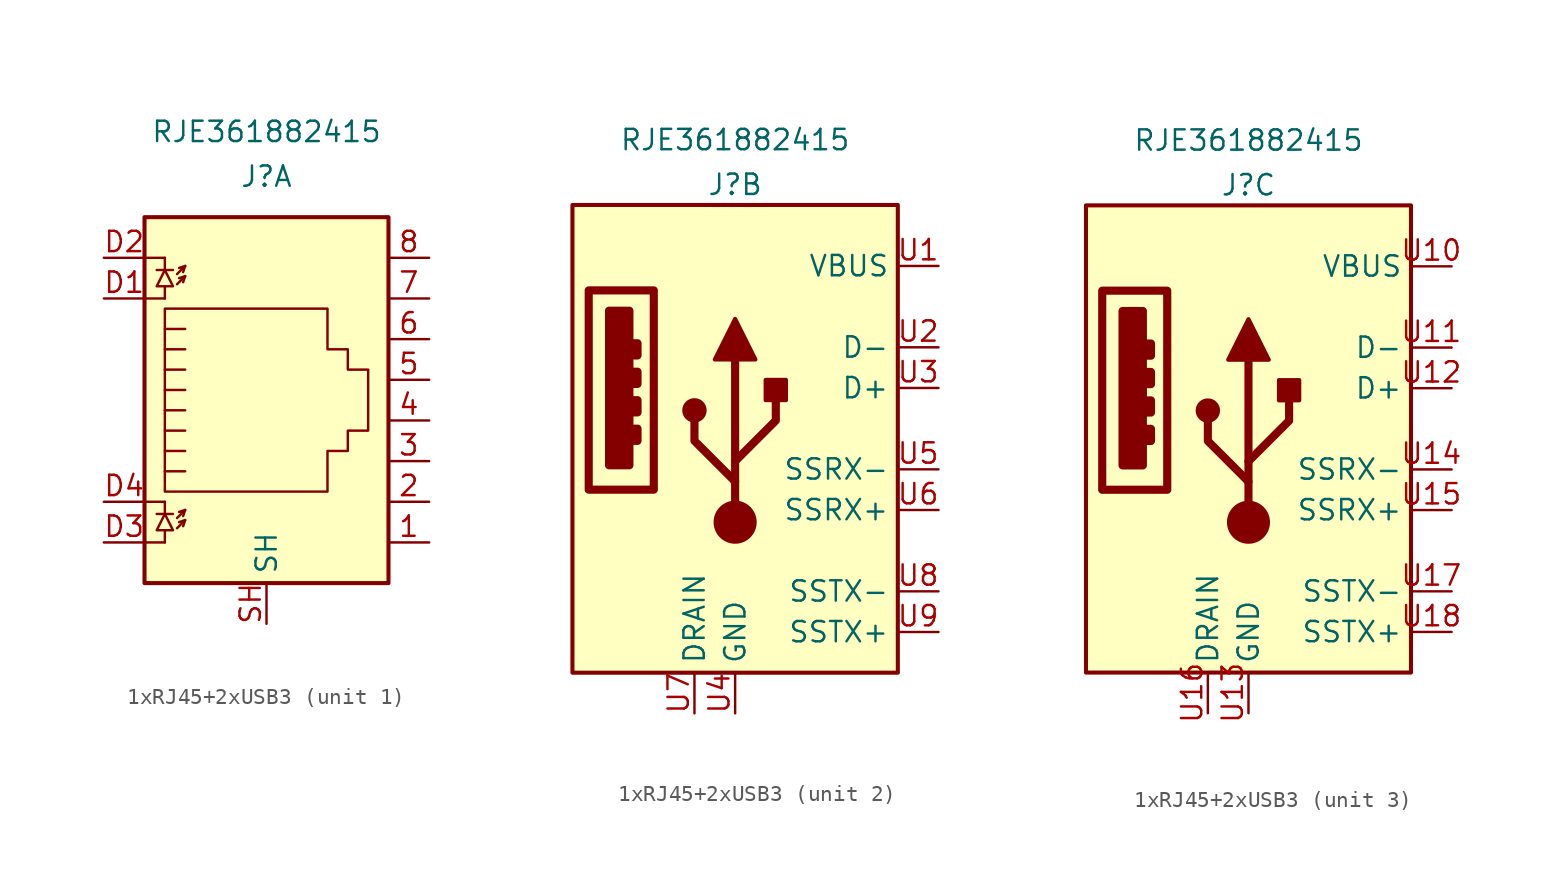
<source format=kicad_sym>
(kicad_symbol_lib
  (version 20241209)
  (generator "kicad_symbol_editor")
  (generator_version "9.0")
  (symbol "1xRJ45+2xUSB3"
    (property "Reference" "J"
      (at 0 0 0)
      (effects (font (size 1.27 1.27))))
    (property "Value" "RJE361882415"
      (at 0 2.794 0)
      (effects (font (size 1.27 1.27))))
    (property "ki_locked" ""
      (at 0 0 0)
      (effects (font (size 1.27 1.27))))
    (symbol "1xRJ45+2xUSB3_1_1"
      (rectangle (start -7.62 -2.54) (end 7.62 -25.4) (stroke (width 0.254) (type solid)) (fill (type background)))
      (polyline (pts (xy -7.62 -5.08) (xy -6.35 -5.08)) (stroke (width 0) (type solid)) (fill (type none)))
      (polyline (pts (xy -7.62 -7.62) (xy -6.35 -7.62)) (stroke (width 0) (type solid)) (fill (type none)))
      (polyline (pts (xy -7.62 -20.32) (xy -6.35 -20.32)) (stroke (width 0) (type solid)) (fill (type none)))
      (polyline (pts (xy -7.62 -22.86) (xy -6.35 -22.86)) (stroke (width 0) (type solid)) (fill (type none)))
      (polyline (pts (xy -6.858 -5.842) (xy -5.842 -5.842)) (stroke (width 0) (type solid)) (fill (type none)))
      (polyline (pts (xy -6.858 -21.082) (xy -5.842 -21.082)) (stroke (width 0) (type solid)) (fill (type none)))
      (polyline (pts (xy -6.35 -5.08) (xy -6.35 -5.842)) (stroke (width 0) (type solid)) (fill (type none)))
      (polyline (pts (xy -6.35 -5.842) (xy -6.858 -6.858) (xy -5.842 -6.858) (xy -6.35 -5.842)) (stroke (width 0) (type solid)) (fill (type none)))
      (polyline (pts (xy -6.35 -7.62) (xy -6.35 -6.858)) (stroke (width 0) (type solid)) (fill (type none)))
      (polyline (pts (xy -6.35 -13.335) (xy -5.08 -13.335) (xy -5.08 -13.335)) (stroke (width 0) (type solid)) (fill (type none)))
      (polyline (pts (xy -6.35 -14.605) (xy -5.08 -14.605) (xy -5.08 -14.605)) (stroke (width 0) (type solid)) (fill (type none)))
      (polyline (pts (xy -6.35 -15.875) (xy -5.08 -15.875) (xy -5.08 -15.875)) (stroke (width 0) (type solid)) (fill (type none)))
      (polyline (pts (xy -6.35 -17.145) (xy -5.08 -17.145) (xy -5.08 -17.145)) (stroke (width 0) (type solid)) (fill (type none)))
      (polyline (pts (xy -6.35 -18.415) (xy -5.08 -18.415) (xy -5.08 -18.415)) (stroke (width 0) (type solid)) (fill (type none)))
      (polyline (pts (xy -6.35 -19.685) (xy -6.35 -8.255) (xy 3.81 -8.255) (xy 3.81 -10.795) (xy 5.08 -10.795) (xy 5.08 -12.065) (xy 6.35 -12.065) (xy 6.35 -15.875) (xy 5.08 -15.875) (xy 5.08 -17.145) (xy 3.81 -17.145) (xy 3.81 -19.685) (xy -6.35 -19.685) (xy -6.35 -19.685)) (stroke (width 0) (type solid)) (fill (type none)))
      (polyline (pts (xy -6.35 -20.32) (xy -6.35 -21.082)) (stroke (width 0) (type solid)) (fill (type none)))
      (polyline (pts (xy -6.35 -21.082) (xy -6.858 -22.098) (xy -5.842 -22.098) (xy -6.35 -21.082)) (stroke (width 0) (type solid)) (fill (type none)))
      (polyline (pts (xy -6.35 -22.86) (xy -6.35 -22.098)) (stroke (width 0) (type solid)) (fill (type none)))
      (polyline (pts (xy -5.588 -6.096) (xy -5.08 -5.588) (xy -5.461 -5.715)) (stroke (width 0) (type solid)) (fill (type none)))
      (polyline (pts (xy -5.588 -6.731) (xy -5.08 -6.223) (xy -5.461 -6.35)) (stroke (width 0) (type solid)) (fill (type none)))
      (polyline (pts (xy -5.588 -21.336) (xy -5.08 -20.828) (xy -5.461 -20.955)) (stroke (width 0) (type solid)) (fill (type none)))
      (polyline (pts (xy -5.588 -21.971) (xy -5.08 -21.463) (xy -5.461 -21.59)) (stroke (width 0) (type solid)) (fill (type none)))
      (polyline (pts (xy -5.08 -5.588) (xy -5.207 -5.969)) (stroke (width 0) (type solid)) (fill (type none)))
      (polyline (pts (xy -5.08 -6.223) (xy -5.207 -6.604)) (stroke (width 0) (type solid)) (fill (type none)))
      (polyline (pts (xy -5.08 -9.525) (xy -6.35 -9.525)) (stroke (width 0) (type solid)) (fill (type none)))
      (polyline (pts (xy -5.08 -10.795) (xy -6.35 -10.795)) (stroke (width 0) (type solid)) (fill (type none)))
      (polyline (pts (xy -5.08 -12.065) (xy -6.35 -12.065) (xy -6.35 -12.065)) (stroke (width 0) (type solid)) (fill (type none)))
      (polyline (pts (xy -5.08 -20.828) (xy -5.207 -21.209)) (stroke (width 0) (type solid)) (fill (type none)))
      (polyline (pts (xy -5.08 -21.463) (xy -5.207 -21.844)) (stroke (width 0) (type solid)) (fill (type none)))
      (pin passive line (at -10.16 -5.08 0) (length 2.54) (name "~" (effects (font (size 1.27 1.27)))) (number "D2" (effects (font (size 1.27 1.27)))))
      (pin passive line (at -10.16 -7.62 0) (length 2.54) (name "~" (effects (font (size 1.27 1.27)))) (number "D1" (effects (font (size 1.27 1.27)))))
      (pin passive line (at -10.16 -20.32 0) (length 2.54) (name "~" (effects (font (size 1.27 1.27)))) (number "D4" (effects (font (size 1.27 1.27)))))
      (pin passive line (at -10.16 -22.86 0) (length 2.54) (name "~" (effects (font (size 1.27 1.27)))) (number "D3" (effects (font (size 1.27 1.27)))))
      (pin passive line (at 0 -27.94 90) (length 2.54) (name "SH" (effects (font (size 1.27 1.27)))) (number "SH" (effects (font (size 1.27 1.27)))))
      (pin passive line (at 10.16 -5.08 180) (length 2.54) (name "~" (effects (font (size 1.27 1.27)))) (number "8" (effects (font (size 1.27 1.27)))))
      (pin passive line (at 10.16 -7.62 180) (length 2.54) (name "~" (effects (font (size 1.27 1.27)))) (number "7" (effects (font (size 1.27 1.27)))))
      (pin passive line (at 10.16 -10.16 180) (length 2.54) (name "~" (effects (font (size 1.27 1.27)))) (number "6" (effects (font (size 1.27 1.27)))))
      (pin passive line (at 10.16 -12.7 180) (length 2.54) (name "~" (effects (font (size 1.27 1.27)))) (number "5" (effects (font (size 1.27 1.27)))))
      (pin passive line (at 10.16 -15.24 180) (length 2.54) (name "~" (effects (font (size 1.27 1.27)))) (number "4" (effects (font (size 1.27 1.27)))))
      (pin passive line (at 10.16 -17.78 180) (length 2.54) (name "~" (effects (font (size 1.27 1.27)))) (number "3" (effects (font (size 1.27 1.27)))))
      (pin passive line (at 10.16 -20.32 180) (length 2.54) (name "~" (effects (font (size 1.27 1.27)))) (number "2" (effects (font (size 1.27 1.27)))))
      (pin passive line (at 10.16 -22.86 180) (length 2.54) (name "~" (effects (font (size 1.27 1.27)))) (number "1" (effects (font (size 1.27 1.27))))))
    (symbol "1xRJ45+2xUSB3_2_0"
      (rectangle (start -9.144 -6.604) (end -5.08 -19.05) (stroke (width 0.508) (type solid)) (fill (type none)))
      (rectangle (start -7.874 -7.874) (end -6.604 -17.526) (stroke (width 0.508) (type solid)) (fill (type outline)))
      (rectangle (start -6.35 -9.906) (end -6.096 -10.668) (stroke (width 0.508) (type solid)) (fill (type none)))
      (rectangle (start -6.35 -11.684) (end -6.096 -12.446) (stroke (width 0.508) (type solid)) (fill (type none)))
      (rectangle (start -6.35 -13.462) (end -6.096 -14.224) (stroke (width 0.508) (type solid)) (fill (type none)))
      (rectangle (start -6.35 -15.24) (end -6.096 -16.002) (stroke (width 0.508) (type solid)) (fill (type none))))
    (symbol "1xRJ45+2xUSB3_2_1"
      (rectangle (start -10.16 -1.27) (end 10.16 -30.48) (stroke (width 0.254) (type solid)) (fill (type background)))
      (circle (center -2.54 -14.097) (radius 0.635) (stroke (width 0.254) (type default)) (fill (type outline)))
      (polyline (pts (xy -1.27 -10.922) (xy 0 -8.382) (xy 1.27 -10.922) (xy -1.27 -10.922)) (stroke (width 0.254) (type default)) (fill (type outline)))
      (polyline (pts (xy 0 -17.272) (xy 2.54 -14.732) (xy 2.54 -13.462)) (stroke (width 0.508) (type default)) (fill (type none)))
      (polyline (pts (xy 0 -18.542) (xy -2.54 -16.002) (xy -2.54 -14.732)) (stroke (width 0.508) (type default)) (fill (type none)))
      (polyline (pts (xy 0 -21.082) (xy 0 -10.922)) (stroke (width 0.508) (type default)) (fill (type none)))
      (circle (center 0 -21.082) (radius 1.27) (stroke (width 0) (type default)) (fill (type outline)))
      (rectangle (start 1.905 -13.462) (end 3.175 -12.192) (stroke (width 0.254) (type default)) (fill (type outline)))
      (pin passive line (at -2.54 -33.02 90) (length 2.54) (name "DRAIN" (effects (font (size 1.27 1.27)))) (number "U7" (effects (font (size 1.27 1.27)))))
      (pin power_in line (at 0 -33.02 90) (length 2.54) (name "GND" (effects (font (size 1.27 1.27)))) (number "U4" (effects (font (size 1.27 1.27)))))
      (pin power_in line (at 12.7 -5.08 180) (length 2.54) (name "VBUS" (effects (font (size 1.27 1.27)))) (number "U1" (effects (font (size 1.27 1.27)))))
      (pin bidirectional line (at 12.7 -10.16 180) (length 2.54) (name "D-" (effects (font (size 1.27 1.27)))) (number "U2" (effects (font (size 1.27 1.27)))))
      (pin bidirectional line (at 12.7 -12.7 180) (length 2.54) (name "D+" (effects (font (size 1.27 1.27)))) (number "U3" (effects (font (size 1.27 1.27)))))
      (pin output line (at 12.7 -17.78 180) (length 2.54) (name "SSRX-" (effects (font (size 1.27 1.27)))) (number "U5" (effects (font (size 1.27 1.27)))))
      (pin output line (at 12.7 -20.32 180) (length 2.54) (name "SSRX+" (effects (font (size 1.27 1.27)))) (number "U6" (effects (font (size 1.27 1.27)))))
      (pin input line (at 12.7 -25.4 180) (length 2.54) (name "SSTX-" (effects (font (size 1.27 1.27)))) (number "U8" (effects (font (size 1.27 1.27)))))
      (pin input line (at 12.7 -27.94 180) (length 2.54) (name "SSTX+" (effects (font (size 1.27 1.27)))) (number "U9" (effects (font (size 1.27 1.27))))))
    (symbol "1xRJ45+2xUSB3_3_0"
      (rectangle (start -9.144 -6.604) (end -5.08 -19.05) (stroke (width 0.508) (type solid)) (fill (type none)))
      (rectangle (start -7.874 -7.874) (end -6.604 -17.526) (stroke (width 0.508) (type solid)) (fill (type outline)))
      (rectangle (start -6.35 -9.906) (end -6.096 -10.668) (stroke (width 0.508) (type solid)) (fill (type none)))
      (rectangle (start -6.35 -11.684) (end -6.096 -12.446) (stroke (width 0.508) (type solid)) (fill (type none)))
      (rectangle (start -6.35 -13.462) (end -6.096 -14.224) (stroke (width 0.508) (type solid)) (fill (type none)))
      (rectangle (start -6.35 -15.24) (end -6.096 -16.002) (stroke (width 0.508) (type solid)) (fill (type none))))
    (symbol "1xRJ45+2xUSB3_3_1"
      (rectangle (start -10.16 -1.27) (end 10.16 -30.48) (stroke (width 0.254) (type solid)) (fill (type background)))
      (circle (center -2.54 -14.097) (radius 0.635) (stroke (width 0.254) (type default)) (fill (type outline)))
      (polyline (pts (xy -1.27 -10.922) (xy 0 -8.382) (xy 1.27 -10.922) (xy -1.27 -10.922)) (stroke (width 0.254) (type default)) (fill (type outline)))
      (polyline (pts (xy 0 -17.272) (xy 2.54 -14.732) (xy 2.54 -13.462)) (stroke (width 0.508) (type default)) (fill (type none)))
      (polyline (pts (xy 0 -18.542) (xy -2.54 -16.002) (xy -2.54 -14.732)) (stroke (width 0.508) (type default)) (fill (type none)))
      (polyline (pts (xy 0 -21.082) (xy 0 -10.922)) (stroke (width 0.508) (type default)) (fill (type none)))
      (circle (center 0 -21.082) (radius 1.27) (stroke (width 0) (type default)) (fill (type outline)))
      (rectangle (start 1.905 -13.462) (end 3.175 -12.192) (stroke (width 0.254) (type default)) (fill (type outline)))
      (pin passive line (at -2.54 -33.02 90) (length 2.54) (name "DRAIN" (effects (font (size 1.27 1.27)))) (number "U16" (effects (font (size 1.27 1.27)))))
      (pin power_in line (at 0 -33.02 90) (length 2.54) (name "GND" (effects (font (size 1.27 1.27)))) (number "U13" (effects (font (size 1.27 1.27)))))
      (pin power_in line (at 12.7 -5.08 180) (length 2.54) (name "VBUS" (effects (font (size 1.27 1.27)))) (number "U10" (effects (font (size 1.27 1.27)))))
      (pin bidirectional line (at 12.7 -10.16 180) (length 2.54) (name "D-" (effects (font (size 1.27 1.27)))) (number "U11" (effects (font (size 1.27 1.27)))))
      (pin bidirectional line (at 12.7 -12.7 180) (length 2.54) (name "D+" (effects (font (size 1.27 1.27)))) (number "U12" (effects (font (size 1.27 1.27)))))
      (pin output line (at 12.7 -17.78 180) (length 2.54) (name "SSRX-" (effects (font (size 1.27 1.27)))) (number "U14" (effects (font (size 1.27 1.27)))))
      (pin output line (at 12.7 -20.32 180) (length 2.54) (name "SSRX+" (effects (font (size 1.27 1.27)))) (number "U15" (effects (font (size 1.27 1.27)))))
      (pin input line (at 12.7 -25.4 180) (length 2.54) (name "SSTX-" (effects (font (size 1.27 1.27)))) (number "U17" (effects (font (size 1.27 1.27)))))
      (pin input line (at 12.7 -27.94 180) (length 2.54) (name "SSTX+" (effects (font (size 1.27 1.27)))) (number "U18" (effects (font (size 1.27 1.27))))))))
</source>
